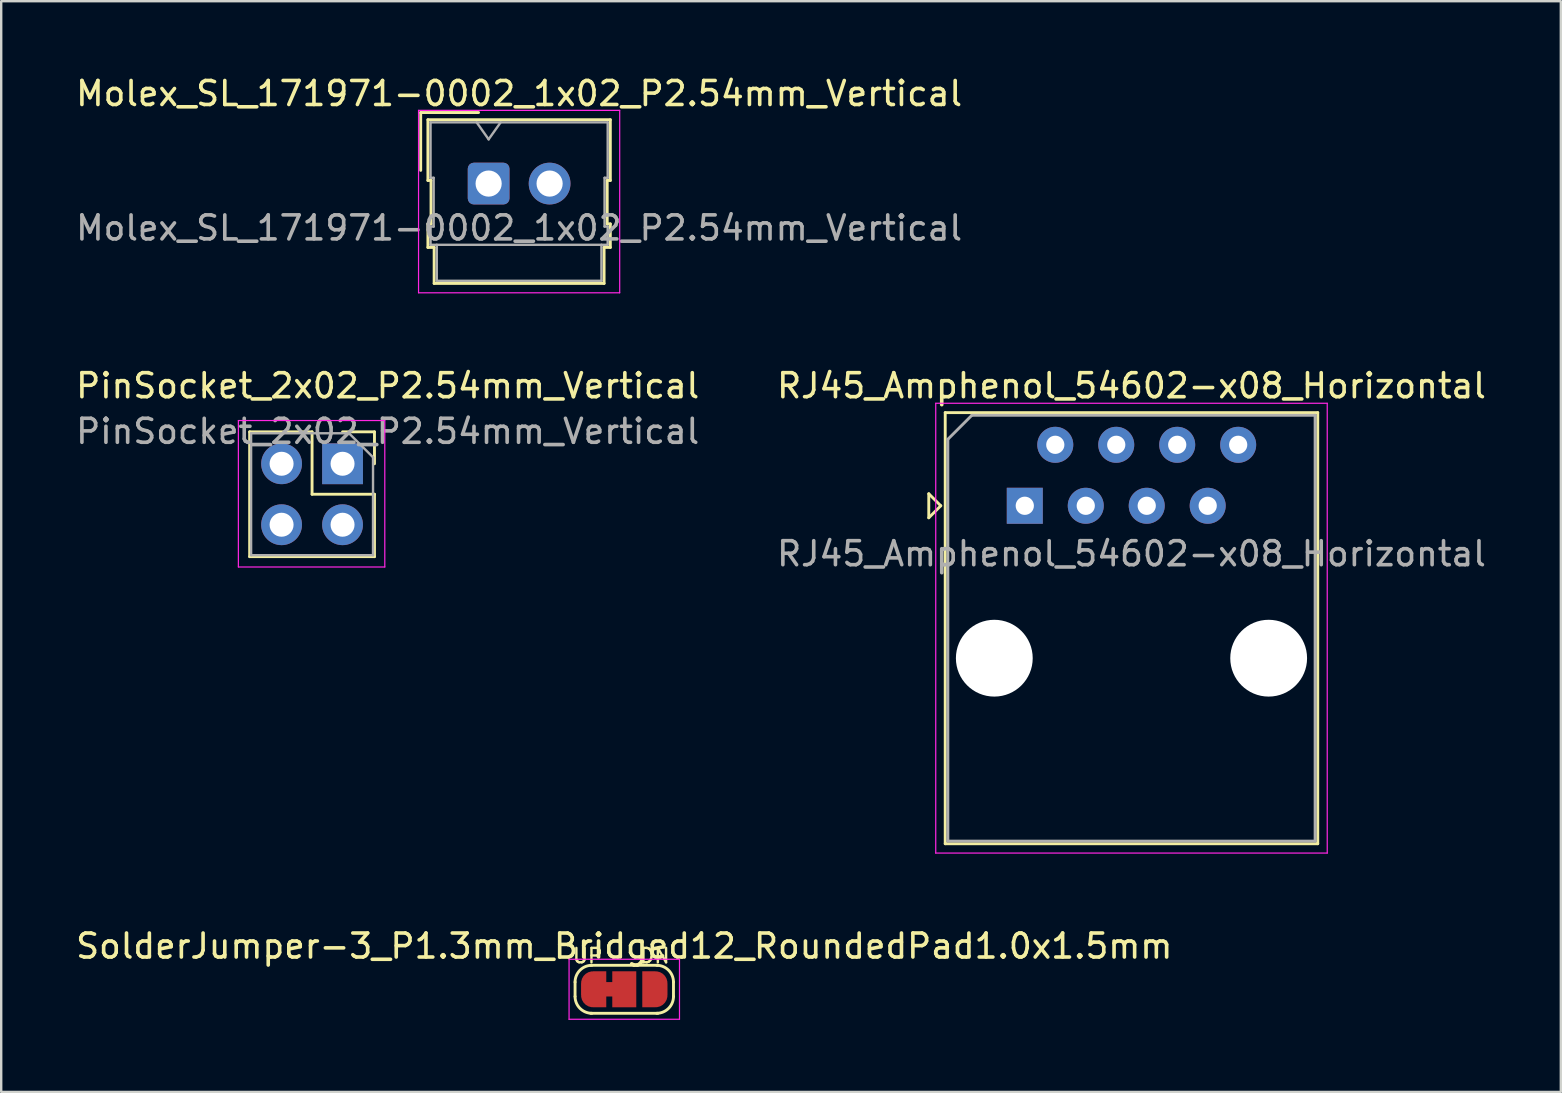
<source format=kicad_pcb>
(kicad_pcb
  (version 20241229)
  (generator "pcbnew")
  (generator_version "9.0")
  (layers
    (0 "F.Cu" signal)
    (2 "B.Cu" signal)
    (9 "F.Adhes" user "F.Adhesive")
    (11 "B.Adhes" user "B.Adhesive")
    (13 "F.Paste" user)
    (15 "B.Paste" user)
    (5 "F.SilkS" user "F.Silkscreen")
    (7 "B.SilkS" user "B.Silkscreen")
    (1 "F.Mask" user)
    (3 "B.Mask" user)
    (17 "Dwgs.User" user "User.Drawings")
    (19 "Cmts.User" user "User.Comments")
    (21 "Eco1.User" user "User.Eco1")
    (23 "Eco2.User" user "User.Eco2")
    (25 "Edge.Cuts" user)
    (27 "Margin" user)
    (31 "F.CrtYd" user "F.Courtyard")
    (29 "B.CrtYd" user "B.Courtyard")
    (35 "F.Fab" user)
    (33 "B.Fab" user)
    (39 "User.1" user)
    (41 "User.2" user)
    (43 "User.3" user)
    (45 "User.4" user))
  (footprint "Molex_SL_171971-0002_1x02_P2.54mm_Vertical"
    (layer "F.Cu")
    (at 17.307 4.598)
    (property "Reference" "Molex_SL_171971-0002_1x02_P2.54mm_Vertical" (at 1.27 -3.75 0) (layer "F.SilkS") (effects (font (size 1 1) (thickness 0.15))))
    (attr through_hole)
    (fp_line (start -2.83 -2.96) (end -0.42 -2.96) (stroke (width 0.12) (type solid)) (layer "F.SilkS"))
    (fp_line (start -2.83 -0.55) (end -2.83 -2.96) (stroke (width 0.12) (type solid)) (layer "F.SilkS"))
    (fp_line (start -2.53 -2.66) (end -2.53 -0.13) (stroke (width 0.12) (type solid)) (layer "F.SilkS"))
    (fp_line (start -2.53 -0.13) (end -2.4 -0.13) (stroke (width 0.12) (type solid)) (layer "F.SilkS"))
    (fp_line (start -2.53 1.68) (end -2.53 2.66) (stroke (width 0.12) (type solid)) (layer "F.SilkS"))
    (fp_line (start -2.53 2.66) (end -2.27 2.66) (stroke (width 0.12) (type solid)) (layer "F.SilkS"))
    (fp_line (start -2.4 -0.13) (end -2.4 1.68) (stroke (width 0.12) (type solid)) (layer "F.SilkS"))
    (fp_line (start -2.4 1.68) (end -2.53 1.68) (stroke (width 0.12) (type solid)) (layer "F.SilkS"))
    (fp_line (start -2.27 2.66) (end -2.27 4.16) (stroke (width 0.12) (type solid)) (layer "F.SilkS"))
    (fp_line (start -2.27 4.16) (end 4.81 4.16) (stroke (width 0.12) (type solid)) (layer "F.SilkS"))
    (fp_line (start 4.81 2.66) (end 5.07 2.66) (stroke (width 0.12) (type solid)) (layer "F.SilkS"))
    (fp_line (start 4.81 4.16) (end 4.81 2.66) (stroke (width 0.12) (type solid)) (layer "F.SilkS"))
    (fp_line (start 4.94 -0.13) (end 5.07 -0.13) (stroke (width 0.12) (type solid)) (layer "F.SilkS"))
    (fp_line (start 4.94 1.68) (end 4.94 -0.13) (stroke (width 0.12) (type solid)) (layer "F.SilkS"))
    (fp_line (start 5.07 -2.66) (end -2.53 -2.66) (stroke (width 0.12) (type solid)) (layer "F.SilkS"))
    (fp_line (start 5.07 -0.13) (end 5.07 -2.66) (stroke (width 0.12) (type solid)) (layer "F.SilkS"))
    (fp_line (start 5.07 1.68) (end 4.94 1.68) (stroke (width 0.12) (type solid)) (layer "F.SilkS"))
    (fp_line (start 5.07 2.66) (end 5.07 1.68) (stroke (width 0.12) (type solid)) (layer "F.SilkS"))
    (fp_line (start -2.92 -3.05) (end -2.92 4.55) (stroke (width 0.05) (type solid)) (layer "F.CrtYd"))
    (fp_line (start -2.92 4.55) (end 5.46 4.55) (stroke (width 0.05) (type solid)) (layer "F.CrtYd"))
    (fp_line (start 5.46 -3.05) (end -2.92 -3.05) (stroke (width 0.05) (type solid)) (layer "F.CrtYd"))
    (fp_line (start 5.46 4.55) (end 5.46 -3.05) (stroke (width 0.05) (type solid)) (layer "F.CrtYd"))
    (fp_line (start -2.42 -2.55) (end -2.42 -0.24) (stroke (width 0.1) (type solid)) (layer "F.Fab"))
    (fp_line (start -2.42 -0.24) (end -2.29 -0.24) (stroke (width 0.1) (type solid)) (layer "F.Fab"))
    (fp_line (start -2.42 1.79) (end -2.42 2.55) (stroke (width 0.1) (type solid)) (layer "F.Fab"))
    (fp_line (start -2.42 2.55) (end 4.96 2.55) (stroke (width 0.1) (type solid)) (layer "F.Fab"))
    (fp_line (start -2.29 -0.24) (end -2.29 1.79) (stroke (width 0.1) (type solid)) (layer "F.Fab"))
    (fp_line (start -2.29 1.79) (end -2.42 1.79) (stroke (width 0.1) (type solid)) (layer "F.Fab"))
    (fp_line (start -2.16 2.55) (end -2.16 4.05) (stroke (width 0.1) (type solid)) (layer "F.Fab"))
    (fp_line (start -2.16 4.05) (end 4.7 4.05) (stroke (width 0.1) (type solid)) (layer "F.Fab"))
    (fp_line (start 0 -1.843) (end -0.5 -2.55) (stroke (width 0.1) (type solid)) (layer "F.Fab"))
    (fp_line (start 0.5 -2.55) (end 0 -1.843) (stroke (width 0.1) (type solid)) (layer "F.Fab"))
    (fp_line (start 4.7 4.05) (end 4.7 2.55) (stroke (width 0.1) (type solid)) (layer "F.Fab"))
    (fp_line (start 4.83 -0.24) (end 4.96 -0.24) (stroke (width 0.1) (type solid)) (layer "F.Fab"))
    (fp_line (start 4.83 1.79) (end 4.83 -0.24) (stroke (width 0.1) (type solid)) (layer "F.Fab"))
    (fp_line (start 4.96 -2.55) (end -2.42 -2.55) (stroke (width 0.1) (type solid)) (layer "F.Fab"))
    (fp_line (start 4.96 -0.24) (end 4.96 -2.55) (stroke (width 0.1) (type solid)) (layer "F.Fab"))
    (fp_line (start 4.96 1.79) (end 4.83 1.79) (stroke (width 0.1) (type solid)) (layer "F.Fab"))
    (fp_line (start 4.96 2.55) (end 4.96 1.79) (stroke (width 0.1) (type solid)) (layer "F.Fab"))
    (fp_text user "${REFERENCE}" (at 1.27 1.85 0) (layer "F.Fab") (effects (font (size 1 1) (thickness 0.15))))
    (pad "1" thru_hole roundrect (at 0 0) (size 1.74 1.74) (drill 1.09) (layers "*.Cu" "*.Mask") (roundrect_rratio 0.144))
    (pad "2" thru_hole circle (at 2.54 0) (size 1.74 1.74) (drill 1.09) (layers "*.Cu" "*.Mask")))
  (footprint "SolderJumper-3_P1.3mm_Bridged12_RoundedPad1.0x1.5mm"
    (layer "F.Cu")
    (at 22.958 38.165)
    (property "Reference" "SolderJumper-3_P1.3mm_Bridged12_RoundedPad1.0x1.5mm" (at 0 -1.8 0) (layer "F.SilkS") (effects (font (size 1 1) (thickness 0.15))))
    (attr exclude_from_pos_files exclude_from_bom)
    (fp_poly (pts (xy -0.9 -0.3) (xy -0.4 -0.3) (xy -0.4 0.3) (xy -0.9 0.3)) (stroke (width 0) (type solid)) (fill yes) (layer "F.Cu"))
    (fp_poly (pts (xy -0.9 -0.3) (xy -0.4 -0.3) (xy -0.4 0.3) (xy -0.9 0.3)) (stroke (width 0) (type solid)) (fill yes) (layer "F.Mask"))
    (fp_line (start -2.05 0.3) (end -2.05 -0.3) (stroke (width 0.12) (type solid)) (layer "F.SilkS"))
    (fp_line (start -1.4 -1) (end 1.4 -1) (stroke (width 0.12) (type solid)) (layer "F.SilkS"))
    (fp_line (start 1.4 1) (end -1.4 1) (stroke (width 0.12) (type solid)) (layer "F.SilkS"))
    (fp_line (start 2.05 -0.3) (end 2.05 0.3) (stroke (width 0.12) (type solid)) (layer "F.SilkS"))
    (fp_arc (start -2.05 -0.3) (mid -1.844975 -0.794975) (end -1.35 -1) (stroke (width 0.12) (type solid)) (layer "F.SilkS"))
    (fp_arc (start -1.35 1) (mid -1.844975 0.794975) (end -2.05 0.3) (stroke (width 0.12) (type solid)) (layer "F.SilkS"))
    (fp_arc (start 1.35 -1) (mid 1.844975 -0.794975) (end 2.05 -0.3) (stroke (width 0.12) (type solid)) (layer "F.SilkS"))
    (fp_arc (start 2.05 0.3) (mid 1.844975 0.794975) (end 1.35 1) (stroke (width 0.12) (type solid)) (layer "F.SilkS"))
    (fp_line (start -2.3 -1.25) (end -2.3 1.25) (stroke (width 0.05) (type solid)) (layer "F.CrtYd"))
    (fp_line (start -2.3 -1.25) (end 2.3 -1.25) (stroke (width 0.05) (type solid)) (layer "F.CrtYd"))
    (fp_line (start 2.3 1.25) (end -2.3 1.25) (stroke (width 0.05) (type solid)) (layer "F.CrtYd"))
    (fp_line (start 2.3 1.25) (end 2.3 -1.25) (stroke (width 0.05) (type solid)) (layer "F.CrtYd"))
    (fp_text user "DN" (at 1.27 -1.397 180) (layer "F.SilkS") (effects (font (size 0.6 0.6) (thickness 0.1))))
    (fp_text user "UP" (at -1.524 -1.397 180) (layer "F.SilkS") (effects (font (size 0.6 0.6) (thickness 0.1))))
    (pad "1" smd custom (at -1.3 0) (size 1 0.5) (layers "F.Cu" "F.Mask") (options (anchor rect)) (primitives (gr_circle (center 0 0.25) (end 0.5 0.25) (width 0) (fill yes)) (gr_circle (center 0 -0.25) (end 0.5 -0.25) (width 0) (fill yes)) (gr_poly (pts (xy 0.55 -0.75) (xy 0 -0.75) (xy 0 0.75) (xy 0.55 0.75)) (width 0) (fill yes))))
    (pad "2" smd rect (at 0 0) (size 1 1.5) (layers "F.Cu" "F.Mask"))
    (pad "3" smd custom (at 1.3 0) (size 1 0.5) (layers "F.Cu" "F.Mask") (options (anchor rect)) (primitives (gr_circle (center 0 0.25) (end 0.5 0.25) (width 0) (fill yes)) (gr_circle (center 0 -0.25) (end 0.5 -0.25) (width 0) (fill yes)) (gr_poly (pts (xy -0.55 -0.75) (xy 0 -0.75) (xy 0 0.75) (xy -0.55 0.75)) (width 0) (fill yes)))))
  (footprint "RJ45_Amphenol_54602-x08_Horizontal"
    (layer "F.Cu")
    (at 39.644 18.021)
    (property "Reference" "RJ45_Amphenol_54602-x08_Horizontal" (at 4.445 -5 0) (layer "F.SilkS") (effects (font (size 1 1) (thickness 0.15))))
    (attr through_hole)
    (fp_line (start -4 -0.5) (end -4 0.5) (stroke (width 0.12) (type solid)) (layer "F.SilkS"))
    (fp_line (start -4 0.5) (end -3.5 0) (stroke (width 0.12) (type solid)) (layer "F.SilkS"))
    (fp_line (start -3.5 0) (end -4 -0.5) (stroke (width 0.12) (type solid)) (layer "F.SilkS"))
    (fp_line (start -3.315 -3.88) (end -3.315 14.08) (stroke (width 0.12) (type solid)) (layer "F.SilkS"))
    (fp_line (start -3.315 14.08) (end 12.205 14.08) (stroke (width 0.12) (type solid)) (layer "F.SilkS"))
    (fp_line (start 12.205 -3.88) (end -3.315 -3.88) (stroke (width 0.12) (type solid)) (layer "F.SilkS"))
    (fp_line (start 12.205 -3.88) (end 12.205 14.08) (stroke (width 0.12) (type solid)) (layer "F.SilkS"))
    (fp_line (start -3.71 -4.27) (end -3.71 14.47) (stroke (width 0.05) (type solid)) (layer "F.CrtYd"))
    (fp_line (start -3.71 -4.27) (end 12.6 -4.27) (stroke (width 0.05) (type solid)) (layer "F.CrtYd"))
    (fp_line (start 12.6 14.47) (end -3.71 14.47) (stroke (width 0.05) (type solid)) (layer "F.CrtYd"))
    (fp_line (start 12.6 14.47) (end 12.6 -4.27) (stroke (width 0.05) (type solid)) (layer "F.CrtYd"))
    (fp_line (start -3.205 -2.77) (end -2.205 -3.77) (stroke (width 0.12) (type solid)) (layer "F.Fab"))
    (fp_line (start -3.205 13.97) (end -3.205 -2.77) (stroke (width 0.12) (type solid)) (layer "F.Fab"))
    (fp_line (start -2.205 -3.77) (end 12.095 -3.77) (stroke (width 0.12) (type solid)) (layer "F.Fab"))
    (fp_line (start 12.095 -3.77) (end 12.095 13.97) (stroke (width 0.12) (type solid)) (layer "F.Fab"))
    (fp_line (start 12.095 13.97) (end -3.205 13.97) (stroke (width 0.12) (type solid)) (layer "F.Fab"))
    (fp_text user "${REFERENCE}" (at 4.445 2 0) (layer "F.Fab") (effects (font (size 1 1) (thickness 0.15))))
    (pad "" np_thru_hole circle (at -1.27 6.35) (size 3.2 3.2) (drill 3.2) (layers "*.Cu" "*.Mask"))
    (pad "" np_thru_hole circle (at 10.16 6.35) (size 3.2 3.2) (drill 3.2) (layers "*.Cu" "*.Mask"))
    (pad "1" thru_hole rect (at 0 0) (size 1.5 1.5) (drill 0.76) (layers "*.Cu" "*.Mask"))
    (pad "2" thru_hole circle (at 1.27 -2.54) (size 1.5 1.5) (drill 0.76) (layers "*.Cu" "*.Mask"))
    (pad "3" thru_hole circle (at 2.54 0) (size 1.5 1.5) (drill 0.76) (layers "*.Cu" "*.Mask"))
    (pad "4" thru_hole circle (at 3.81 -2.54) (size 1.5 1.5) (drill 0.76) (layers "*.Cu" "*.Mask"))
    (pad "5" thru_hole circle (at 5.08 0) (size 1.5 1.5) (drill 0.76) (layers "*.Cu" "*.Mask"))
    (pad "6" thru_hole circle (at 6.35 -2.54) (size 1.5 1.5) (drill 0.76) (layers "*.Cu" "*.Mask"))
    (pad "7" thru_hole circle (at 7.62 0) (size 1.5 1.5) (drill 0.76) (layers "*.Cu" "*.Mask"))
    (pad "8" thru_hole circle (at 8.89 -2.54) (size 1.5 1.5) (drill 0.76) (layers "*.Cu" "*.Mask")))
  (footprint "PinSocket_2x02_P2.54mm_Vertical"
    (layer "F.Cu")
    (at 11.221 16.271)
    (property "Reference" "PinSocket_2x02_P2.54mm_Vertical" (at 1.88 -3.25 0) (layer "F.SilkS") (effects (font (size 1 1) (thickness 0.15))))
    (attr through_hole)
    (fp_line (start -3.87 -1.33) (end -3.87 3.87) (stroke (width 0.12) (type solid)) (layer "F.SilkS"))
    (fp_line (start -3.87 -1.33) (end -1.27 -1.33) (stroke (width 0.12) (type solid)) (layer "F.SilkS"))
    (fp_line (start -3.87 3.87) (end 1.33 3.87) (stroke (width 0.12) (type solid)) (layer "F.SilkS"))
    (fp_line (start -1.27 -1.33) (end -1.27 1.27) (stroke (width 0.12) (type solid)) (layer "F.SilkS"))
    (fp_line (start -1.27 1.27) (end 1.33 1.27) (stroke (width 0.12) (type solid)) (layer "F.SilkS"))
    (fp_line (start 0 -1.33) (end 1.33 -1.33) (stroke (width 0.12) (type solid)) (layer "F.SilkS"))
    (fp_line (start 1.33 -1.33) (end 1.33 0) (stroke (width 0.12) (type solid)) (layer "F.SilkS"))
    (fp_line (start 1.33 1.27) (end 1.33 3.87) (stroke (width 0.12) (type solid)) (layer "F.SilkS"))
    (fp_line (start -4.34 -1.8) (end 1.76 -1.8) (stroke (width 0.05) (type solid)) (layer "F.CrtYd"))
    (fp_line (start -4.34 4.3) (end -4.34 -1.8) (stroke (width 0.05) (type solid)) (layer "F.CrtYd"))
    (fp_line (start 1.76 -1.8) (end 1.76 4.3) (stroke (width 0.05) (type solid)) (layer "F.CrtYd"))
    (fp_line (start 1.76 4.3) (end -4.34 4.3) (stroke (width 0.05) (type solid)) (layer "F.CrtYd"))
    (fp_line (start -3.81 -1.27) (end 0.27 -1.27) (stroke (width 0.1) (type solid)) (layer "F.Fab"))
    (fp_line (start -3.81 3.81) (end -3.81 -1.27) (stroke (width 0.1) (type solid)) (layer "F.Fab"))
    (fp_line (start 0.27 -1.27) (end 1.27 -0.27) (stroke (width 0.1) (type solid)) (layer "F.Fab"))
    (fp_line (start 1.27 -0.27) (end 1.27 3.81) (stroke (width 0.1) (type solid)) (layer "F.Fab"))
    (fp_line (start 1.27 3.81) (end -3.81 3.81) (stroke (width 0.1) (type solid)) (layer "F.Fab"))
    (fp_text user "${REFERENCE}" (at 1.88 -1.35 0) (layer "F.Fab") (effects (font (size 1 1) (thickness 0.15))))
    (pad "1" thru_hole rect (at 0 0) (size 1.7 1.7) (drill 1) (layers "*.Cu" "*.Mask"))
    (pad "2" thru_hole oval (at -2.54 0) (size 1.7 1.7) (drill 1) (layers "*.Cu" "*.Mask"))
    (pad "3" thru_hole oval (at 0 2.54) (size 1.7 1.7) (drill 1) (layers "*.Cu" "*.Mask"))
    (pad "4" thru_hole oval (at -2.54 2.54) (size 1.7 1.7) (drill 1) (layers "*.Cu" "*.Mask")))
  (gr_rect
    (start -3 -3)
    (end 61.976 42.44)
    (stroke (width 0.1) (type default))
    (fill no)
    (layer "Edge.Cuts")))
</source>
